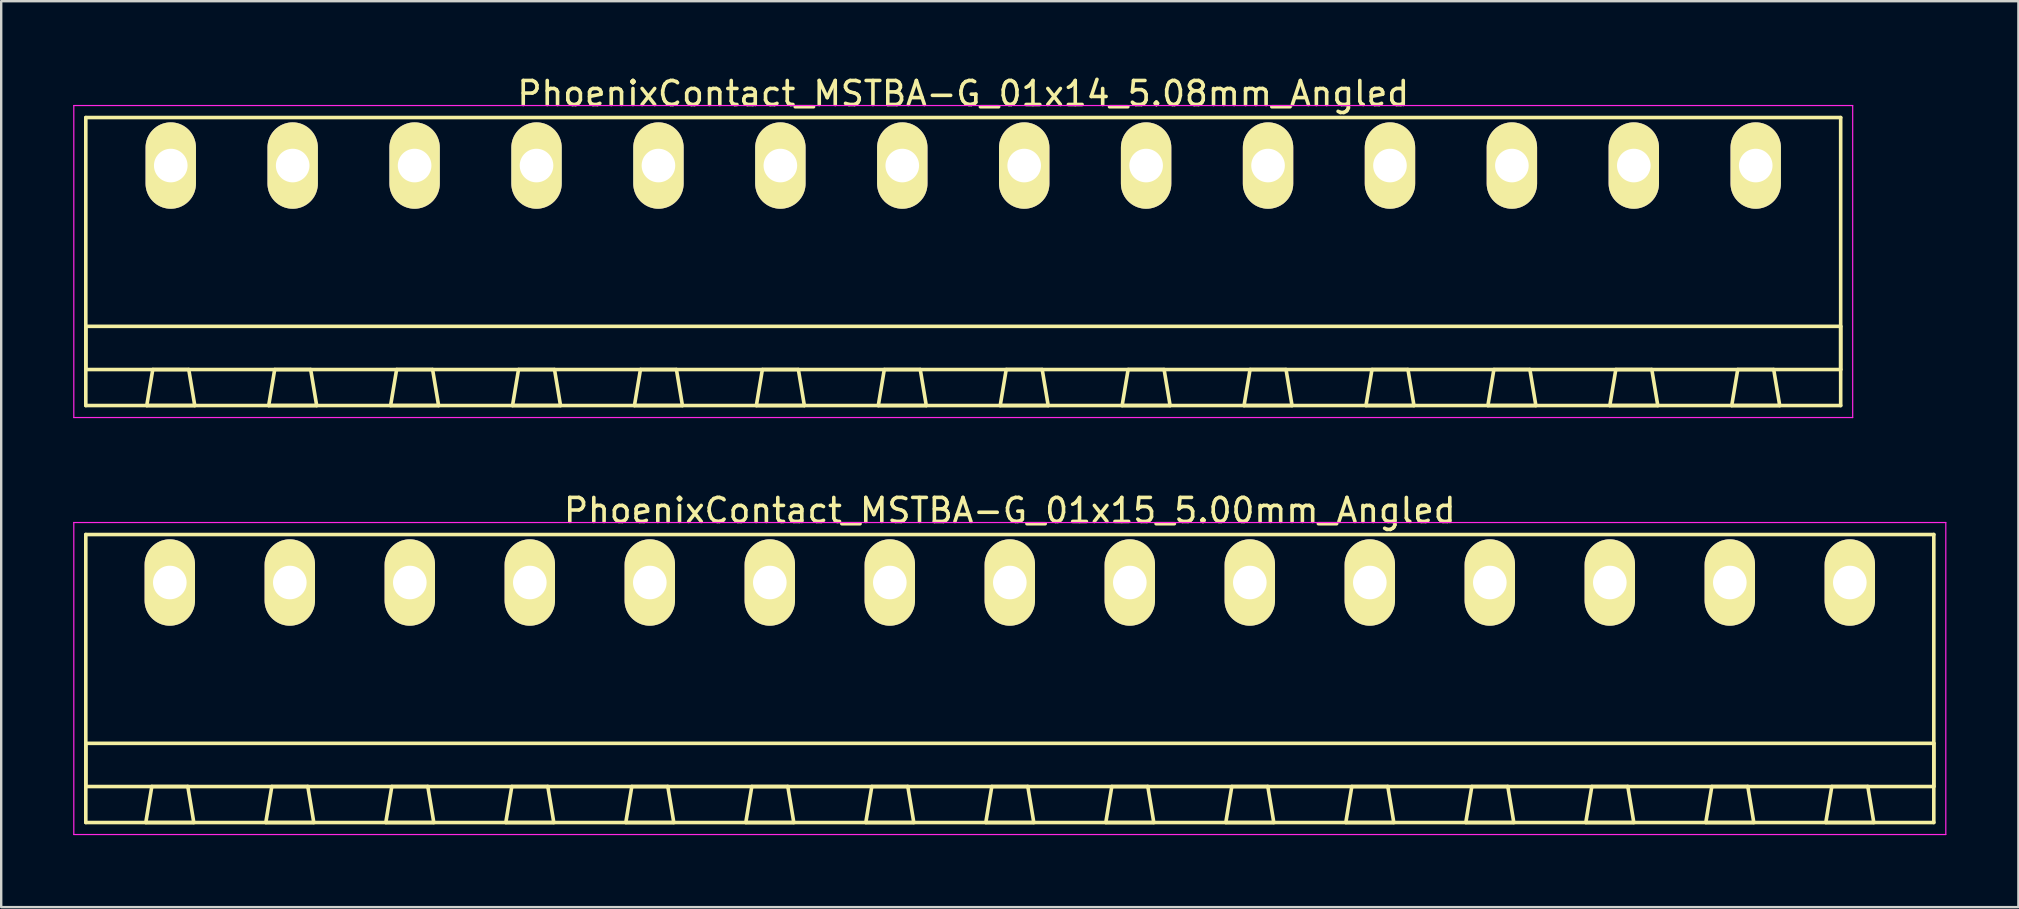
<source format=kicad_pcb>
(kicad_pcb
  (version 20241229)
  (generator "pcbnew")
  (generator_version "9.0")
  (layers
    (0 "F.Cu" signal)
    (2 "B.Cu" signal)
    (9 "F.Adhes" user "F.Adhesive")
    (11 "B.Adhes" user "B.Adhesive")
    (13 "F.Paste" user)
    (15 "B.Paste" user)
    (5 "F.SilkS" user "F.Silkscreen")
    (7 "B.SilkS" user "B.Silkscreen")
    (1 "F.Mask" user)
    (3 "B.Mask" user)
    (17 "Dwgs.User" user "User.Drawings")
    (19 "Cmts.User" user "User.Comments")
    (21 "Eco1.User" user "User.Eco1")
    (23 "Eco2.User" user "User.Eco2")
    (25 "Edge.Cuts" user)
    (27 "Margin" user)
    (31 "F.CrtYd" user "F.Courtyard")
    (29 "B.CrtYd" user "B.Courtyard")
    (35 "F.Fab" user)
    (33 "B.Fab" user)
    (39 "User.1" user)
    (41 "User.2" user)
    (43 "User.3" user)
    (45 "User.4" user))
  (footprint "PhoenixContact_MSTBA-G_01x15_5.00mm_Angled"
    (layer "F.Cu")
    (at 4.025 21.221)
    (property "Reference" "PhoenixContact_MSTBA-G_01x15_5.00mm_Angled" (at 35 -3 0) (layer "F.SilkS") (effects (font (size 1 1) (thickness 0.15))))
    (attr through_hole)
    (fp_line (start -3.5 -2) (end -3.5 10) (stroke (width 0.15) (type solid)) (layer "F.SilkS"))
    (fp_line (start -3.5 6.7) (end 73.5 6.7) (stroke (width 0.15) (type solid)) (layer "F.SilkS"))
    (fp_line (start -3.5 8.5) (end -3.5 6.7) (stroke (width 0.15) (type solid)) (layer "F.SilkS"))
    (fp_line (start -3.5 10) (end 73.5 10) (stroke (width 0.15) (type solid)) (layer "F.SilkS"))
    (fp_line (start -1 10) (end 1 10) (stroke (width 0.15) (type solid)) (layer "F.SilkS"))
    (fp_line (start -0.75 8.5) (end -1 10) (stroke (width 0.15) (type solid)) (layer "F.SilkS"))
    (fp_line (start 0.75 8.5) (end -0.75 8.5) (stroke (width 0.15) (type solid)) (layer "F.SilkS"))
    (fp_line (start 1 10) (end 0.75 8.5) (stroke (width 0.15) (type solid)) (layer "F.SilkS"))
    (fp_line (start 4 10) (end 6 10) (stroke (width 0.15) (type solid)) (layer "F.SilkS"))
    (fp_line (start 4.25 8.5) (end 4 10) (stroke (width 0.15) (type solid)) (layer "F.SilkS"))
    (fp_line (start 5.75 8.5) (end 4.25 8.5) (stroke (width 0.15) (type solid)) (layer "F.SilkS"))
    (fp_line (start 6 10) (end 5.75 8.5) (stroke (width 0.15) (type solid)) (layer "F.SilkS"))
    (fp_line (start 9 10) (end 11 10) (stroke (width 0.15) (type solid)) (layer "F.SilkS"))
    (fp_line (start 9.25 8.5) (end 9 10) (stroke (width 0.15) (type solid)) (layer "F.SilkS"))
    (fp_line (start 10.75 8.5) (end 9.25 8.5) (stroke (width 0.15) (type solid)) (layer "F.SilkS"))
    (fp_line (start 11 10) (end 10.75 8.5) (stroke (width 0.15) (type solid)) (layer "F.SilkS"))
    (fp_line (start 14 10) (end 16 10) (stroke (width 0.15) (type solid)) (layer "F.SilkS"))
    (fp_line (start 14.25 8.5) (end 14 10) (stroke (width 0.15) (type solid)) (layer "F.SilkS"))
    (fp_line (start 15.75 8.5) (end 14.25 8.5) (stroke (width 0.15) (type solid)) (layer "F.SilkS"))
    (fp_line (start 16 10) (end 15.75 8.5) (stroke (width 0.15) (type solid)) (layer "F.SilkS"))
    (fp_line (start 19 10) (end 21 10) (stroke (width 0.15) (type solid)) (layer "F.SilkS"))
    (fp_line (start 19.25 8.5) (end 19 10) (stroke (width 0.15) (type solid)) (layer "F.SilkS"))
    (fp_line (start 20.75 8.5) (end 19.25 8.5) (stroke (width 0.15) (type solid)) (layer "F.SilkS"))
    (fp_line (start 21 10) (end 20.75 8.5) (stroke (width 0.15) (type solid)) (layer "F.SilkS"))
    (fp_line (start 24 10) (end 26 10) (stroke (width 0.15) (type solid)) (layer "F.SilkS"))
    (fp_line (start 24.25 8.5) (end 24 10) (stroke (width 0.15) (type solid)) (layer "F.SilkS"))
    (fp_line (start 25.75 8.5) (end 24.25 8.5) (stroke (width 0.15) (type solid)) (layer "F.SilkS"))
    (fp_line (start 26 10) (end 25.75 8.5) (stroke (width 0.15) (type solid)) (layer "F.SilkS"))
    (fp_line (start 29 10) (end 31 10) (stroke (width 0.15) (type solid)) (layer "F.SilkS"))
    (fp_line (start 29.25 8.5) (end 29 10) (stroke (width 0.15) (type solid)) (layer "F.SilkS"))
    (fp_line (start 30.75 8.5) (end 29.25 8.5) (stroke (width 0.15) (type solid)) (layer "F.SilkS"))
    (fp_line (start 31 10) (end 30.75 8.5) (stroke (width 0.15) (type solid)) (layer "F.SilkS"))
    (fp_line (start 34 10) (end 36 10) (stroke (width 0.15) (type solid)) (layer "F.SilkS"))
    (fp_line (start 34.25 8.5) (end 34 10) (stroke (width 0.15) (type solid)) (layer "F.SilkS"))
    (fp_line (start 35.75 8.5) (end 34.25 8.5) (stroke (width 0.15) (type solid)) (layer "F.SilkS"))
    (fp_line (start 36 10) (end 35.75 8.5) (stroke (width 0.15) (type solid)) (layer "F.SilkS"))
    (fp_line (start 39 10) (end 41 10) (stroke (width 0.15) (type solid)) (layer "F.SilkS"))
    (fp_line (start 39.25 8.5) (end 39 10) (stroke (width 0.15) (type solid)) (layer "F.SilkS"))
    (fp_line (start 40.75 8.5) (end 39.25 8.5) (stroke (width 0.15) (type solid)) (layer "F.SilkS"))
    (fp_line (start 41 10) (end 40.75 8.5) (stroke (width 0.15) (type solid)) (layer "F.SilkS"))
    (fp_line (start 44 10) (end 46 10) (stroke (width 0.15) (type solid)) (layer "F.SilkS"))
    (fp_line (start 44.25 8.5) (end 44 10) (stroke (width 0.15) (type solid)) (layer "F.SilkS"))
    (fp_line (start 45.75 8.5) (end 44.25 8.5) (stroke (width 0.15) (type solid)) (layer "F.SilkS"))
    (fp_line (start 46 10) (end 45.75 8.5) (stroke (width 0.15) (type solid)) (layer "F.SilkS"))
    (fp_line (start 49 10) (end 51 10) (stroke (width 0.15) (type solid)) (layer "F.SilkS"))
    (fp_line (start 49.25 8.5) (end 49 10) (stroke (width 0.15) (type solid)) (layer "F.SilkS"))
    (fp_line (start 50.75 8.5) (end 49.25 8.5) (stroke (width 0.15) (type solid)) (layer "F.SilkS"))
    (fp_line (start 51 10) (end 50.75 8.5) (stroke (width 0.15) (type solid)) (layer "F.SilkS"))
    (fp_line (start 54 10) (end 56 10) (stroke (width 0.15) (type solid)) (layer "F.SilkS"))
    (fp_line (start 54.25 8.5) (end 54 10) (stroke (width 0.15) (type solid)) (layer "F.SilkS"))
    (fp_line (start 55.75 8.5) (end 54.25 8.5) (stroke (width 0.15) (type solid)) (layer "F.SilkS"))
    (fp_line (start 56 10) (end 55.75 8.5) (stroke (width 0.15) (type solid)) (layer "F.SilkS"))
    (fp_line (start 59 10) (end 61 10) (stroke (width 0.15) (type solid)) (layer "F.SilkS"))
    (fp_line (start 59.25 8.5) (end 59 10) (stroke (width 0.15) (type solid)) (layer "F.SilkS"))
    (fp_line (start 60.75 8.5) (end 59.25 8.5) (stroke (width 0.15) (type solid)) (layer "F.SilkS"))
    (fp_line (start 61 10) (end 60.75 8.5) (stroke (width 0.15) (type solid)) (layer "F.SilkS"))
    (fp_line (start 64 10) (end 66 10) (stroke (width 0.15) (type solid)) (layer "F.SilkS"))
    (fp_line (start 64.25 8.5) (end 64 10) (stroke (width 0.15) (type solid)) (layer "F.SilkS"))
    (fp_line (start 65.75 8.5) (end 64.25 8.5) (stroke (width 0.15) (type solid)) (layer "F.SilkS"))
    (fp_line (start 66 10) (end 65.75 8.5) (stroke (width 0.15) (type solid)) (layer "F.SilkS"))
    (fp_line (start 69 10) (end 71 10) (stroke (width 0.15) (type solid)) (layer "F.SilkS"))
    (fp_line (start 69.25 8.5) (end 69 10) (stroke (width 0.15) (type solid)) (layer "F.SilkS"))
    (fp_line (start 70.75 8.5) (end 69.25 8.5) (stroke (width 0.15) (type solid)) (layer "F.SilkS"))
    (fp_line (start 71 10) (end 70.75 8.5) (stroke (width 0.15) (type solid)) (layer "F.SilkS"))
    (fp_line (start 73.5 -2) (end -3.5 -2) (stroke (width 0.15) (type solid)) (layer "F.SilkS"))
    (fp_line (start 73.5 6.7) (end 73.5 8.5) (stroke (width 0.15) (type solid)) (layer "F.SilkS"))
    (fp_line (start 73.5 8.5) (end -3.5 8.5) (stroke (width 0.15) (type solid)) (layer "F.SilkS"))
    (fp_line (start 73.5 10) (end 73.5 -2) (stroke (width 0.15) (type solid)) (layer "F.SilkS"))
    (fp_line (start -4 -2.5) (end -4 10.5) (stroke (width 0.05) (type solid)) (layer "F.CrtYd"))
    (fp_line (start -4 10.5) (end 74 10.5) (stroke (width 0.05) (type solid)) (layer "F.CrtYd"))
    (fp_line (start 74 -2.5) (end -4 -2.5) (stroke (width 0.05) (type solid)) (layer "F.CrtYd"))
    (fp_line (start 74 10.5) (end 74 -2.5) (stroke (width 0.05) (type solid)) (layer "F.CrtYd"))
    (pad "1" thru_hole oval (at 0 0) (size 2.1 3.6) (drill 1.4) (layers "*.Cu" "*.Mask" "F.SilkS"))
    (pad "2" thru_hole oval (at 5 0) (size 2.1 3.6) (drill 1.4) (layers "*.Cu" "*.Mask" "F.SilkS"))
    (pad "3" thru_hole oval (at 10 0) (size 2.1 3.6) (drill 1.4) (layers "*.Cu" "*.Mask" "F.SilkS"))
    (pad "4" thru_hole oval (at 15 0) (size 2.1 3.6) (drill 1.4) (layers "*.Cu" "*.Mask" "F.SilkS"))
    (pad "5" thru_hole oval (at 20 0) (size 2.1 3.6) (drill 1.4) (layers "*.Cu" "*.Mask" "F.SilkS"))
    (pad "6" thru_hole oval (at 25 0) (size 2.1 3.6) (drill 1.4) (layers "*.Cu" "*.Mask" "F.SilkS"))
    (pad "7" thru_hole oval (at 30 0) (size 2.1 3.6) (drill 1.4) (layers "*.Cu" "*.Mask" "F.SilkS"))
    (pad "8" thru_hole oval (at 35 0) (size 2.1 3.6) (drill 1.4) (layers "*.Cu" "*.Mask" "F.SilkS"))
    (pad "9" thru_hole oval (at 40 0) (size 2.1 3.6) (drill 1.4) (layers "*.Cu" "*.Mask" "F.SilkS"))
    (pad "10" thru_hole oval (at 45 0) (size 2.1 3.6) (drill 1.4) (layers "*.Cu" "*.Mask" "F.SilkS"))
    (pad "11" thru_hole oval (at 50 0) (size 2.1 3.6) (drill 1.4) (layers "*.Cu" "*.Mask" "F.SilkS"))
    (pad "12" thru_hole oval (at 55 0) (size 2.1 3.6) (drill 1.4) (layers "*.Cu" "*.Mask" "F.SilkS"))
    (pad "13" thru_hole oval (at 60 0) (size 2.1 3.6) (drill 1.4) (layers "*.Cu" "*.Mask" "F.SilkS"))
    (pad "14" thru_hole oval (at 65 0) (size 2.1 3.6) (drill 1.4) (layers "*.Cu" "*.Mask" "F.SilkS"))
    (pad "15" thru_hole oval (at 70 0) (size 2.1 3.6) (drill 1.4) (layers "*.Cu" "*.Mask" "F.SilkS")))
  (footprint "PhoenixContact_MSTBA-G_01x14_5.08mm_Angled"
    (layer "F.Cu")
    (at 4.065 3.848)
    (property "Reference" "PhoenixContact_MSTBA-G_01x14_5.08mm_Angled" (at 33.02 -3 0) (layer "F.SilkS") (effects (font (size 1 1) (thickness 0.15))))
    (attr through_hole)
    (fp_line (start -3.54 -2) (end -3.54 10) (stroke (width 0.15) (type solid)) (layer "F.SilkS"))
    (fp_line (start -3.54 6.7) (end 69.58 6.7) (stroke (width 0.15) (type solid)) (layer "F.SilkS"))
    (fp_line (start -3.54 8.5) (end -3.54 6.7) (stroke (width 0.15) (type solid)) (layer "F.SilkS"))
    (fp_line (start -3.54 10) (end 69.58 10) (stroke (width 0.15) (type solid)) (layer "F.SilkS"))
    (fp_line (start -1 10) (end 1 10) (stroke (width 0.15) (type solid)) (layer "F.SilkS"))
    (fp_line (start -0.75 8.5) (end -1 10) (stroke (width 0.15) (type solid)) (layer "F.SilkS"))
    (fp_line (start 0.75 8.5) (end -0.75 8.5) (stroke (width 0.15) (type solid)) (layer "F.SilkS"))
    (fp_line (start 1 10) (end 0.75 8.5) (stroke (width 0.15) (type solid)) (layer "F.SilkS"))
    (fp_line (start 4.08 10) (end 6.08 10) (stroke (width 0.15) (type solid)) (layer "F.SilkS"))
    (fp_line (start 4.33 8.5) (end 4.08 10) (stroke (width 0.15) (type solid)) (layer "F.SilkS"))
    (fp_line (start 5.83 8.5) (end 4.33 8.5) (stroke (width 0.15) (type solid)) (layer "F.SilkS"))
    (fp_line (start 6.08 10) (end 5.83 8.5) (stroke (width 0.15) (type solid)) (layer "F.SilkS"))
    (fp_line (start 9.16 10) (end 11.16 10) (stroke (width 0.15) (type solid)) (layer "F.SilkS"))
    (fp_line (start 9.41 8.5) (end 9.16 10) (stroke (width 0.15) (type solid)) (layer "F.SilkS"))
    (fp_line (start 10.91 8.5) (end 9.41 8.5) (stroke (width 0.15) (type solid)) (layer "F.SilkS"))
    (fp_line (start 11.16 10) (end 10.91 8.5) (stroke (width 0.15) (type solid)) (layer "F.SilkS"))
    (fp_line (start 14.24 10) (end 16.24 10) (stroke (width 0.15) (type solid)) (layer "F.SilkS"))
    (fp_line (start 14.49 8.5) (end 14.24 10) (stroke (width 0.15) (type solid)) (layer "F.SilkS"))
    (fp_line (start 15.99 8.5) (end 14.49 8.5) (stroke (width 0.15) (type solid)) (layer "F.SilkS"))
    (fp_line (start 16.24 10) (end 15.99 8.5) (stroke (width 0.15) (type solid)) (layer "F.SilkS"))
    (fp_line (start 19.32 10) (end 21.32 10) (stroke (width 0.15) (type solid)) (layer "F.SilkS"))
    (fp_line (start 19.57 8.5) (end 19.32 10) (stroke (width 0.15) (type solid)) (layer "F.SilkS"))
    (fp_line (start 21.07 8.5) (end 19.57 8.5) (stroke (width 0.15) (type solid)) (layer "F.SilkS"))
    (fp_line (start 21.32 10) (end 21.07 8.5) (stroke (width 0.15) (type solid)) (layer "F.SilkS"))
    (fp_line (start 24.4 10) (end 26.4 10) (stroke (width 0.15) (type solid)) (layer "F.SilkS"))
    (fp_line (start 24.65 8.5) (end 24.4 10) (stroke (width 0.15) (type solid)) (layer "F.SilkS"))
    (fp_line (start 26.15 8.5) (end 24.65 8.5) (stroke (width 0.15) (type solid)) (layer "F.SilkS"))
    (fp_line (start 26.4 10) (end 26.15 8.5) (stroke (width 0.15) (type solid)) (layer "F.SilkS"))
    (fp_line (start 29.48 10) (end 31.48 10) (stroke (width 0.15) (type solid)) (layer "F.SilkS"))
    (fp_line (start 29.73 8.5) (end 29.48 10) (stroke (width 0.15) (type solid)) (layer "F.SilkS"))
    (fp_line (start 31.23 8.5) (end 29.73 8.5) (stroke (width 0.15) (type solid)) (layer "F.SilkS"))
    (fp_line (start 31.48 10) (end 31.23 8.5) (stroke (width 0.15) (type solid)) (layer "F.SilkS"))
    (fp_line (start 34.56 10) (end 36.56 10) (stroke (width 0.15) (type solid)) (layer "F.SilkS"))
    (fp_line (start 34.81 8.5) (end 34.56 10) (stroke (width 0.15) (type solid)) (layer "F.SilkS"))
    (fp_line (start 36.31 8.5) (end 34.81 8.5) (stroke (width 0.15) (type solid)) (layer "F.SilkS"))
    (fp_line (start 36.56 10) (end 36.31 8.5) (stroke (width 0.15) (type solid)) (layer "F.SilkS"))
    (fp_line (start 39.64 10) (end 41.64 10) (stroke (width 0.15) (type solid)) (layer "F.SilkS"))
    (fp_line (start 39.89 8.5) (end 39.64 10) (stroke (width 0.15) (type solid)) (layer "F.SilkS"))
    (fp_line (start 41.39 8.5) (end 39.89 8.5) (stroke (width 0.15) (type solid)) (layer "F.SilkS"))
    (fp_line (start 41.64 10) (end 41.39 8.5) (stroke (width 0.15) (type solid)) (layer "F.SilkS"))
    (fp_line (start 44.72 10) (end 46.72 10) (stroke (width 0.15) (type solid)) (layer "F.SilkS"))
    (fp_line (start 44.97 8.5) (end 44.72 10) (stroke (width 0.15) (type solid)) (layer "F.SilkS"))
    (fp_line (start 46.47 8.5) (end 44.97 8.5) (stroke (width 0.15) (type solid)) (layer "F.SilkS"))
    (fp_line (start 46.72 10) (end 46.47 8.5) (stroke (width 0.15) (type solid)) (layer "F.SilkS"))
    (fp_line (start 49.8 10) (end 51.8 10) (stroke (width 0.15) (type solid)) (layer "F.SilkS"))
    (fp_line (start 50.05 8.5) (end 49.8 10) (stroke (width 0.15) (type solid)) (layer "F.SilkS"))
    (fp_line (start 51.55 8.5) (end 50.05 8.5) (stroke (width 0.15) (type solid)) (layer "F.SilkS"))
    (fp_line (start 51.8 10) (end 51.55 8.5) (stroke (width 0.15) (type solid)) (layer "F.SilkS"))
    (fp_line (start 54.88 10) (end 56.88 10) (stroke (width 0.15) (type solid)) (layer "F.SilkS"))
    (fp_line (start 55.13 8.5) (end 54.88 10) (stroke (width 0.15) (type solid)) (layer "F.SilkS"))
    (fp_line (start 56.63 8.5) (end 55.13 8.5) (stroke (width 0.15) (type solid)) (layer "F.SilkS"))
    (fp_line (start 56.88 10) (end 56.63 8.5) (stroke (width 0.15) (type solid)) (layer "F.SilkS"))
    (fp_line (start 59.96 10) (end 61.96 10) (stroke (width 0.15) (type solid)) (layer "F.SilkS"))
    (fp_line (start 60.21 8.5) (end 59.96 10) (stroke (width 0.15) (type solid)) (layer "F.SilkS"))
    (fp_line (start 61.71 8.5) (end 60.21 8.5) (stroke (width 0.15) (type solid)) (layer "F.SilkS"))
    (fp_line (start 61.96 10) (end 61.71 8.5) (stroke (width 0.15) (type solid)) (layer "F.SilkS"))
    (fp_line (start 65.04 10) (end 67.04 10) (stroke (width 0.15) (type solid)) (layer "F.SilkS"))
    (fp_line (start 65.29 8.5) (end 65.04 10) (stroke (width 0.15) (type solid)) (layer "F.SilkS"))
    (fp_line (start 66.79 8.5) (end 65.29 8.5) (stroke (width 0.15) (type solid)) (layer "F.SilkS"))
    (fp_line (start 67.04 10) (end 66.79 8.5) (stroke (width 0.15) (type solid)) (layer "F.SilkS"))
    (fp_line (start 69.58 -2) (end -3.54 -2) (stroke (width 0.15) (type solid)) (layer "F.SilkS"))
    (fp_line (start 69.58 6.7) (end 69.58 8.5) (stroke (width 0.15) (type solid)) (layer "F.SilkS"))
    (fp_line (start 69.58 8.5) (end -3.54 8.5) (stroke (width 0.15) (type solid)) (layer "F.SilkS"))
    (fp_line (start 69.58 10) (end 69.58 -2) (stroke (width 0.15) (type solid)) (layer "F.SilkS"))
    (fp_line (start -4.04 -2.5) (end -4.04 10.5) (stroke (width 0.05) (type solid)) (layer "F.CrtYd"))
    (fp_line (start -4.04 10.5) (end 70.08 10.5) (stroke (width 0.05) (type solid)) (layer "F.CrtYd"))
    (fp_line (start 70.08 -2.5) (end -4.04 -2.5) (stroke (width 0.05) (type solid)) (layer "F.CrtYd"))
    (fp_line (start 70.08 10.5) (end 70.08 -2.5) (stroke (width 0.05) (type solid)) (layer "F.CrtYd"))
    (pad "1" thru_hole oval (at 0 0) (size 2.1 3.6) (drill 1.4) (layers "*.Cu" "*.Mask" "F.SilkS"))
    (pad "2" thru_hole oval (at 5.08 0) (size 2.1 3.6) (drill 1.4) (layers "*.Cu" "*.Mask" "F.SilkS"))
    (pad "3" thru_hole oval (at 10.16 0) (size 2.1 3.6) (drill 1.4) (layers "*.Cu" "*.Mask" "F.SilkS"))
    (pad "4" thru_hole oval (at 15.24 0) (size 2.1 3.6) (drill 1.4) (layers "*.Cu" "*.Mask" "F.SilkS"))
    (pad "5" thru_hole oval (at 20.32 0) (size 2.1 3.6) (drill 1.4) (layers "*.Cu" "*.Mask" "F.SilkS"))
    (pad "6" thru_hole oval (at 25.4 0) (size 2.1 3.6) (drill 1.4) (layers "*.Cu" "*.Mask" "F.SilkS"))
    (pad "7" thru_hole oval (at 30.48 0) (size 2.1 3.6) (drill 1.4) (layers "*.Cu" "*.Mask" "F.SilkS"))
    (pad "8" thru_hole oval (at 35.56 0) (size 2.1 3.6) (drill 1.4) (layers "*.Cu" "*.Mask" "F.SilkS"))
    (pad "9" thru_hole oval (at 40.64 0) (size 2.1 3.6) (drill 1.4) (layers "*.Cu" "*.Mask" "F.SilkS"))
    (pad "10" thru_hole oval (at 45.72 0) (size 2.1 3.6) (drill 1.4) (layers "*.Cu" "*.Mask" "F.SilkS"))
    (pad "11" thru_hole oval (at 50.8 0) (size 2.1 3.6) (drill 1.4) (layers "*.Cu" "*.Mask" "F.SilkS"))
    (pad "12" thru_hole oval (at 55.88 0) (size 2.1 3.6) (drill 1.4) (layers "*.Cu" "*.Mask" "F.SilkS"))
    (pad "13" thru_hole oval (at 60.96 0) (size 2.1 3.6) (drill 1.4) (layers "*.Cu" "*.Mask" "F.SilkS"))
    (pad "14" thru_hole oval (at 66.04 0) (size 2.1 3.6) (drill 1.4) (layers "*.Cu" "*.Mask" "F.SilkS")))
  (gr_rect
    (start -3 -3)
    (end 81.05 34.746)
    (stroke (width 0.1) (type default))
    (fill no)
    (layer "Edge.Cuts")))
</source>
